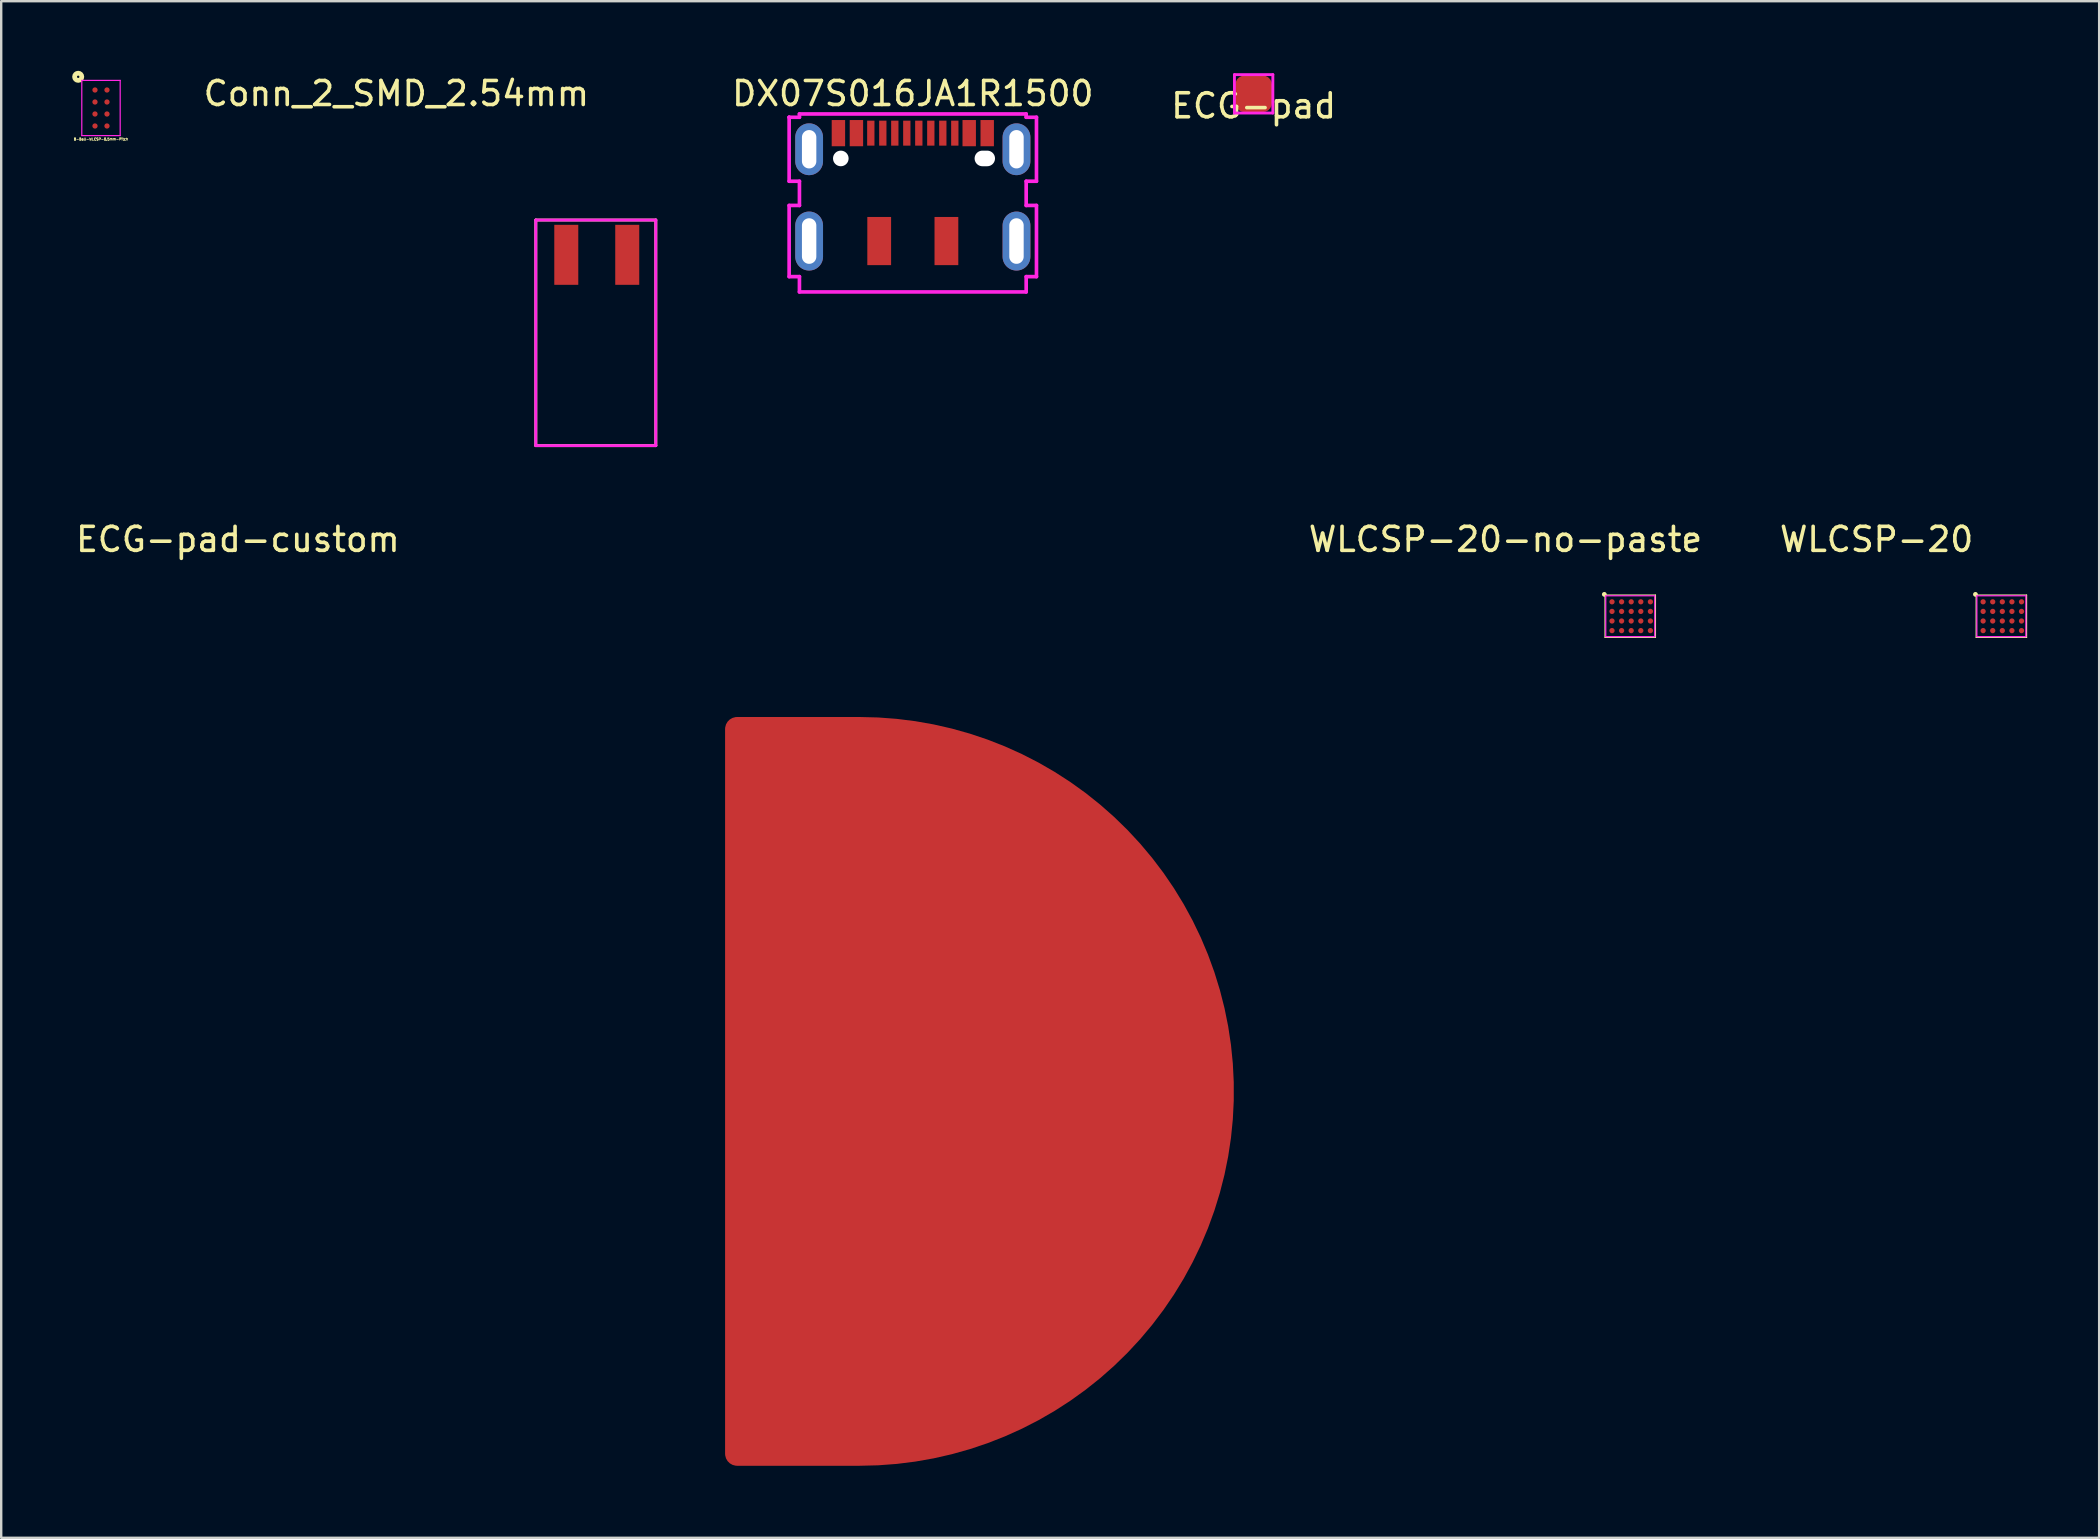
<source format=kicad_pcb>
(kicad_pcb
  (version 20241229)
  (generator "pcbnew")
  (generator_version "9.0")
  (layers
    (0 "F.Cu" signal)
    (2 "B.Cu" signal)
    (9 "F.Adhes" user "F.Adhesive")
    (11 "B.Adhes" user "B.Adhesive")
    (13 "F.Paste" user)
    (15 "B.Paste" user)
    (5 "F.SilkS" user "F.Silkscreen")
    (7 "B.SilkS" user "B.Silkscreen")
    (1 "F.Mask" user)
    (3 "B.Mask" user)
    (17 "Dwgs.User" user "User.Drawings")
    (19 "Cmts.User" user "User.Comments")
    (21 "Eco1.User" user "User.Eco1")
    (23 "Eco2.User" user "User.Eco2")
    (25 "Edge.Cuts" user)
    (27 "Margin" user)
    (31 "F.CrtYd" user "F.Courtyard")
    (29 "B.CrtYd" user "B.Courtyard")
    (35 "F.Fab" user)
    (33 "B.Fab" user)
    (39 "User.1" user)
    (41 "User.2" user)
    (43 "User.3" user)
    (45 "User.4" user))
  (footprint "8-Ball-WLCSP-0.5mm-Pitch"
    (layer "F.Cu")
    (at 1.158 1.45)
    (property "Reference" "8-Ball-WLCSP-0.5mm-Pitch" (at 0 1.3 0) (layer "F.SilkS") (effects (font (size 0.1 0.1) (thickness 0.025))))
    (attr smd)
    (fp_circle (center -0.95 -1.3) (end -0.9 -1.3) (stroke (width 0.2) (type solid)) (fill no) (layer "F.SilkS"))
    (fp_line (start -0.8 -1.15) (end 0.8 -1.15) (stroke (width 0.05) (type solid)) (layer "F.CrtYd"))
    (fp_line (start -0.8 1.15) (end -0.8 -1.15) (stroke (width 0.05) (type solid)) (layer "F.CrtYd"))
    (fp_line (start 0.8 -1.15) (end 0.8 1.15) (stroke (width 0.05) (type solid)) (layer "F.CrtYd"))
    (fp_line (start 0.8 1.15) (end -0.8 1.15) (stroke (width 0.05) (type solid)) (layer "F.CrtYd"))
    (pad "A1" smd circle (at -0.25 -0.75) (size 0.22 0.22) (layers "F.Cu" "F.Mask" "F.Paste"))
    (pad "A2" smd circle (at 0.25 -0.75) (size 0.22 0.22) (layers "F.Cu" "F.Mask" "F.Paste"))
    (pad "B1" smd circle (at -0.25 -0.25) (size 0.22 0.22) (layers "F.Cu" "F.Mask" "F.Paste"))
    (pad "B2" smd circle (at 0.25 -0.25) (size 0.22 0.22) (layers "F.Cu" "F.Mask" "F.Paste"))
    (pad "C1" smd circle (at -0.25 0.25) (size 0.22 0.22) (layers "F.Cu" "F.Mask" "F.Paste"))
    (pad "C2" smd circle (at 0.25 0.25) (size 0.22 0.22) (layers "F.Cu" "F.Mask" "F.Paste"))
    (pad "D1" smd circle (at -0.25 0.75) (size 0.22 0.22) (layers "F.Cu" "F.Mask" "F.Paste"))
    (pad "D2" smd circle (at 0.25 0.75) (size 0.22 0.22) (layers "F.Cu" "F.Mask" "F.Paste")))
  (footprint "WLCSP-20-no-paste"
    (layer "F.Cu")
    (at 64.119 22.026)
    (property "Reference" "WLCSP-20-no-paste" (at -4.44 -2.6 0) (layer "F.SilkS") (effects (font (size 1 1) (thickness 0.15))))
    (attr through_hole)
    (fp_line (start -0.29 1.48) (end -0.29 -0.28) (stroke (width 0.05) (type solid)) (layer "F.SilkS"))
    (fp_line (start 1.81 -0.28) (end -0.29 -0.28) (stroke (width 0.05) (type solid)) (layer "F.SilkS"))
    (fp_line (start 1.81 1.48) (end -0.29 1.48) (stroke (width 0.05) (type solid)) (layer "F.SilkS"))
    (fp_line (start 1.81 1.48) (end 1.81 -0.28) (stroke (width 0.05) (type solid)) (layer "F.SilkS"))
    (fp_circle (center -0.32 -0.31) (end -0.27 -0.31) (stroke (width 0.1) (type solid)) (fill no) (layer "F.SilkS"))
    (fp_line (start -0.26 -0.25) (end -0.26 1.45) (stroke (width 0.05) (type solid)) (layer "F.CrtYd"))
    (fp_line (start -0.26 1.45) (end 1.78 1.45) (stroke (width 0.05) (type solid)) (layer "F.CrtYd"))
    (fp_line (start 1.78 -0.25) (end -0.26 -0.25) (stroke (width 0.05) (type solid)) (layer "F.CrtYd"))
    (fp_line (start 1.78 1.45) (end 1.78 -0.25) (stroke (width 0.05) (type solid)) (layer "F.CrtYd"))
    (pad "A1" smd circle (at 0 0) (size 0.22 0.22) (layers "F.Cu" "F.Mask"))
    (pad "A2" smd circle (at 0.4 0) (size 0.22 0.22) (layers "F.Cu" "F.Mask"))
    (pad "A3" smd circle (at 0.8 0) (size 0.22 0.22) (layers "F.Cu" "F.Mask"))
    (pad "A4" smd circle (at 1.2 0) (size 0.22 0.22) (layers "F.Cu" "F.Mask"))
    (pad "A5" smd circle (at 1.6 0) (size 0.22 0.22) (layers "F.Cu" "F.Mask"))
    (pad "B1" smd circle (at 0 0.4) (size 0.22 0.22) (layers "F.Cu" "F.Mask"))
    (pad "B2" smd circle (at 0.4 0.4) (size 0.22 0.22) (layers "F.Cu" "F.Mask"))
    (pad "B3" smd circle (at 0.8 0.4) (size 0.22 0.22) (layers "F.Cu" "F.Mask"))
    (pad "B4" smd circle (at 1.2 0.4) (size 0.22 0.22) (layers "F.Cu" "F.Mask"))
    (pad "B5" smd circle (at 1.6 0.4) (size 0.22 0.22) (layers "F.Cu" "F.Mask"))
    (pad "C1" smd circle (at 0 0.8) (size 0.22 0.22) (layers "F.Cu" "F.Mask"))
    (pad "C2" smd circle (at 0.4 0.8) (size 0.22 0.22) (layers "F.Cu" "F.Mask"))
    (pad "C3" smd circle (at 0.8 0.8) (size 0.22 0.22) (layers "F.Cu" "F.Mask"))
    (pad "C4" smd circle (at 1.2 0.8) (size 0.22 0.22) (layers "F.Cu" "F.Mask"))
    (pad "C5" smd circle (at 1.6 0.8) (size 0.22 0.22) (layers "F.Cu" "F.Mask"))
    (pad "D1" smd circle (at 0 1.2) (size 0.22 0.22) (layers "F.Cu" "F.Mask"))
    (pad "D2" smd circle (at 0.4 1.2) (size 0.22 0.22) (layers "F.Cu" "F.Mask"))
    (pad "D3" smd circle (at 0.8 1.2) (size 0.22 0.22) (layers "F.Cu" "F.Mask"))
    (pad "D4" smd circle (at 1.2 1.2) (size 0.22 0.22) (layers "F.Cu" "F.Mask"))
    (pad "D5" smd circle (at 1.6 1.2) (size 0.22 0.22) (layers "F.Cu" "F.Mask")))
  (footprint "WLCSP-20"
    (layer "F.Cu")
    (at 79.583 22.026)
    (property "Reference" "WLCSP-20" (at -4.44 -2.6 0) (layer "F.SilkS") (effects (font (size 1 1) (thickness 0.15))))
    (attr through_hole)
    (fp_line (start -0.29 1.48) (end -0.29 -0.28) (stroke (width 0.05) (type solid)) (layer "F.SilkS"))
    (fp_line (start 1.81 -0.28) (end -0.29 -0.28) (stroke (width 0.05) (type solid)) (layer "F.SilkS"))
    (fp_line (start 1.81 1.48) (end -0.29 1.48) (stroke (width 0.05) (type solid)) (layer "F.SilkS"))
    (fp_line (start 1.81 1.48) (end 1.81 -0.28) (stroke (width 0.05) (type solid)) (layer "F.SilkS"))
    (fp_circle (center -0.32 -0.31) (end -0.27 -0.31) (stroke (width 0.1) (type solid)) (fill no) (layer "F.SilkS"))
    (fp_line (start -0.26 -0.25) (end -0.26 1.45) (stroke (width 0.05) (type solid)) (layer "F.CrtYd"))
    (fp_line (start -0.26 1.45) (end 1.78 1.45) (stroke (width 0.05) (type solid)) (layer "F.CrtYd"))
    (fp_line (start 1.78 -0.25) (end -0.26 -0.25) (stroke (width 0.05) (type solid)) (layer "F.CrtYd"))
    (fp_line (start 1.78 1.45) (end 1.78 -0.25) (stroke (width 0.05) (type solid)) (layer "F.CrtYd"))
    (pad "A1" smd circle (at 0 0) (size 0.22 0.22) (layers "F.Cu" "F.Mask" "F.Paste"))
    (pad "A2" smd circle (at 0.4 0) (size 0.22 0.22) (layers "F.Cu" "F.Mask" "F.Paste"))
    (pad "A3" smd circle (at 0.8 0) (size 0.22 0.22) (layers "F.Cu" "F.Mask" "F.Paste"))
    (pad "A4" smd circle (at 1.2 0) (size 0.22 0.22) (layers "F.Cu" "F.Mask" "F.Paste"))
    (pad "A5" smd circle (at 1.6 0) (size 0.22 0.22) (layers "F.Cu" "F.Mask" "F.Paste"))
    (pad "B1" smd circle (at 0 0.4) (size 0.22 0.22) (layers "F.Cu" "F.Mask" "F.Paste"))
    (pad "B2" smd circle (at 0.4 0.4) (size 0.22 0.22) (layers "F.Cu" "F.Mask" "F.Paste"))
    (pad "B3" smd circle (at 0.8 0.4) (size 0.22 0.22) (layers "F.Cu" "F.Mask" "F.Paste"))
    (pad "B4" smd circle (at 1.2 0.4) (size 0.22 0.22) (layers "F.Cu" "F.Mask" "F.Paste"))
    (pad "B5" smd circle (at 1.6 0.4) (size 0.22 0.22) (layers "F.Cu" "F.Mask" "F.Paste"))
    (pad "C1" smd circle (at 0 0.8) (size 0.22 0.22) (layers "F.Cu" "F.Mask" "F.Paste"))
    (pad "C2" smd circle (at 0.4 0.8) (size 0.22 0.22) (layers "F.Cu" "F.Mask" "F.Paste"))
    (pad "C3" smd circle (at 0.8 0.8) (size 0.22 0.22) (layers "F.Cu" "F.Mask" "F.Paste"))
    (pad "C4" smd circle (at 1.2 0.8) (size 0.22 0.22) (layers "F.Cu" "F.Mask" "F.Paste"))
    (pad "C5" smd circle (at 1.6 0.8) (size 0.22 0.22) (layers "F.Cu" "F.Mask" "F.Paste"))
    (pad "D1" smd circle (at 0 1.2) (size 0.22 0.22) (layers "F.Cu" "F.Mask" "F.Paste"))
    (pad "D2" smd circle (at 0.4 1.2) (size 0.22 0.22) (layers "F.Cu" "F.Mask" "F.Paste"))
    (pad "D3" smd circle (at 0.8 1.2) (size 0.22 0.22) (layers "F.Cu" "F.Mask" "F.Paste"))
    (pad "D4" smd circle (at 1.2 1.2) (size 0.22 0.22) (layers "F.Cu" "F.Mask" "F.Paste"))
    (pad "D5" smd circle (at 1.6 1.2) (size 0.22 0.22) (layers "F.Cu" "F.Mask" "F.Paste")))
  (footprint "ECG-pad"
    (layer "F.Cu")
    (at 49.187 0.86)
    (property "Reference" "ECG-pad" (at 0 0.5 0) (layer "F.SilkS") (effects (font (size 1 1) (thickness 0.15))))
    (attr through_hole)
    (fp_line (start -0.8 -0.8) (end -0.8 0.8) (stroke (width 0.12) (type solid)) (layer "F.CrtYd"))
    (fp_line (start -0.8 0.8) (end 0.8 0.8) (stroke (width 0.12) (type solid)) (layer "F.CrtYd"))
    (fp_line (start 0.8 -0.8) (end -0.8 -0.8) (stroke (width 0.12) (type solid)) (layer "F.CrtYd"))
    (fp_line (start 0.8 0.8) (end 0.8 -0.8) (stroke (width 0.12) (type solid)) (layer "F.CrtYd"))
    (pad "1" smd roundrect (at 0 0) (size 1.524 1.524) (layers "F.Cu" "F.Mask") (roundrect_rratio 0.25)))
  (footprint "Conn_2_SMD_2.54mm"
    (layer "F.Cu")
    (at 20.546 7.568)
    (property "Reference" "Conn_2_SMD_2.54mm" (at -7.08 -6.72 0) (layer "F.SilkS") (effects (font (size 1 1) (thickness 0.15))))
    (attr through_hole)
    (fp_line (start -1.27 -1.45) (end -1.27 7.95) (stroke (width 0.12) (type solid)) (layer "F.SilkS"))
    (fp_line (start -1.27 -1.45) (end 3.73 -1.45) (stroke (width 0.12) (type solid)) (layer "F.SilkS"))
    (fp_line (start -1.27 7.95) (end 3.73 7.95) (stroke (width 0.12) (type solid)) (layer "F.SilkS"))
    (fp_line (start 3.73 7.95) (end 3.73 -1.45) (stroke (width 0.12) (type solid)) (layer "F.SilkS"))
    (fp_line (start -1.27 -1.45) (end -1.27 7.95) (stroke (width 0.12) (type solid)) (layer "F.CrtYd"))
    (fp_line (start -1.27 -1.45) (end 3.73 -1.45) (stroke (width 0.12) (type solid)) (layer "F.CrtYd"))
    (fp_line (start -1.27 7.95) (end 3.73 7.95) (stroke (width 0.12) (type solid)) (layer "F.CrtYd"))
    (fp_line (start 3.73 7.95) (end 3.73 -1.45) (stroke (width 0.12) (type solid)) (layer "F.CrtYd"))
    (pad "1" smd rect (at 0 0) (size 1 2.5) (layers "F.Cu" "F.Mask" "F.Paste"))
    (pad "2" smd rect (at 2.54 0) (size 1 2.5) (layers "F.Cu" "F.Mask" "F.Paste")))
  (footprint "DX07S016JA1R1500"
    (layer "F.Cu")
    (at 31.885 2.498)
    (property "Reference" "DX07S016JA1R1500" (at 3.1 -1.65 0) (layer "F.SilkS") (effects (font (size 1 1) (thickness 0.15))))
    (attr smd)
    (fp_line (start -2.053 -0.662) (end -2.053 -0.662) (stroke (width 0.152) (type solid)) (layer "F.CrtYd"))
    (fp_line (start -2.053 -0.662) (end -2.053 2.004) (stroke (width 0.152) (type solid)) (layer "F.CrtYd"))
    (fp_line (start -2.053 2.004) (end -1.624 2.004) (stroke (width 0.152) (type solid)) (layer "F.CrtYd"))
    (fp_line (start -2.053 3.013) (end -2.053 5.979) (stroke (width 0.152) (type solid)) (layer "F.CrtYd"))
    (fp_line (start -2.053 5.979) (end -1.624 5.979) (stroke (width 0.152) (type solid)) (layer "F.CrtYd"))
    (fp_line (start -1.624 -0.8) (end -1.624 -0.662) (stroke (width 0.152) (type solid)) (layer "F.CrtYd"))
    (fp_line (start -1.624 -0.662) (end -2.053 -0.662) (stroke (width 0.152) (type solid)) (layer "F.CrtYd"))
    (fp_line (start -1.624 2.004) (end -1.624 3.013) (stroke (width 0.152) (type solid)) (layer "F.CrtYd"))
    (fp_line (start -1.624 3.013) (end -2.053 3.013) (stroke (width 0.152) (type solid)) (layer "F.CrtYd"))
    (fp_line (start -1.624 5.979) (end -1.624 6.616) (stroke (width 0.152) (type solid)) (layer "F.CrtYd"))
    (fp_line (start -1.624 6.616) (end 7.824 6.616) (stroke (width 0.152) (type solid)) (layer "F.CrtYd"))
    (fp_line (start 7.824 -0.8) (end -1.624 -0.8) (stroke (width 0.152) (type solid)) (layer "F.CrtYd"))
    (fp_line (start 7.824 -0.662) (end 7.824 -0.8) (stroke (width 0.152) (type solid)) (layer "F.CrtYd"))
    (fp_line (start 7.824 2.004) (end 8.253 2.004) (stroke (width 0.152) (type solid)) (layer "F.CrtYd"))
    (fp_line (start 7.824 3.013) (end 7.824 2.004) (stroke (width 0.152) (type solid)) (layer "F.CrtYd"))
    (fp_line (start 7.824 5.979) (end 8.253 5.979) (stroke (width 0.152) (type solid)) (layer "F.CrtYd"))
    (fp_line (start 7.824 6.616) (end 7.824 5.979) (stroke (width 0.152) (type solid)) (layer "F.CrtYd"))
    (fp_line (start 8.253 -0.662) (end 7.824 -0.662) (stroke (width 0.152) (type solid)) (layer "F.CrtYd"))
    (fp_line (start 8.253 2.004) (end 8.253 -0.662) (stroke (width 0.152) (type solid)) (layer "F.CrtYd"))
    (fp_line (start 8.253 3.013) (end 7.824 3.013) (stroke (width 0.152) (type solid)) (layer "F.CrtYd"))
    (fp_line (start 8.253 5.979) (end 8.253 3.013) (stroke (width 0.152) (type solid)) (layer "F.CrtYd"))
    (pad "" thru_hole oval (at -1.22 0.671 90) (size 2.158 1.158) (drill oval 1.6 0.6) (layers "*.Cu" "*.Mask"))
    (pad "" thru_hole oval (at -1.22 4.496 90) (size 2.458 1.158) (drill oval 1.9 0.6) (layers "*.Cu" "*.Mask"))
    (pad "" np_thru_hole circle (at 0.1 1.054) (size 0.65 0.65) (drill 0.65) (layers "*.Cu" "*.Mask"))
    (pad "" smd rect (at 1.7 4.496 90) (size 2.007 0.991) (layers "F.Cu" "F.Mask" "F.Paste"))
    (pad "" smd rect (at 4.5 4.496 90) (size 2.007 0.991) (layers "F.Cu" "F.Mask" "F.Paste"))
    (pad "" np_thru_hole oval (at 6.1 1.054) (size 0.85 0.65) (drill oval 0.85 0.65) (layers "*.Cu" "*.Mask"))
    (pad "" thru_hole oval (at 7.42 0.671 90) (size 2.158 1.158) (drill oval 1.6 0.6) (layers "*.Cu" "*.Mask"))
    (pad "" thru_hole oval (at 7.42 4.496 90) (size 2.458 1.158) (drill oval 1.9 0.6) (layers "*.Cu" "*.Mask"))
    (pad "A1/B12" smd rect (at 0 0) (size 0.559 1.092) (layers "F.Cu" "F.Mask" "F.Paste"))
    (pad "A4/B9" smd rect (at 0.75 0) (size 0.559 1.092) (layers "F.Cu" "F.Mask" "F.Paste"))
    (pad "A5" smd rect (at 1.35 0) (size 0.305 1.041) (layers "F.Cu" "F.Mask" "F.Paste"))
    (pad "A6" smd rect (at 2.85 0) (size 0.305 1.041) (layers "F.Cu" "F.Mask" "F.Paste"))
    (pad "A7" smd rect (at 3.85 0) (size 0.305 1.041) (layers "F.Cu" "F.Mask" "F.Paste"))
    (pad "A8" smd rect (at 4.85 0) (size 0.305 1.041) (layers "F.Cu" "F.Mask" "F.Paste"))
    (pad "A9/B4" smd rect (at 5.45 0) (size 0.559 1.092) (layers "F.Cu" "F.Mask" "F.Paste"))
    (pad "A12/B1" smd rect (at 6.2 0) (size 0.559 1.092) (layers "F.Cu" "F.Mask" "F.Paste"))
    (pad "B5" smd rect (at 4.35 0) (size 0.305 1.041) (layers "F.Cu" "F.Mask" "F.Paste"))
    (pad "B6" smd rect (at 3.35 0) (size 0.305 1.041) (layers "F.Cu" "F.Mask" "F.Paste"))
    (pad "B7" smd rect (at 2.35 0) (size 0.305 1.041) (layers "F.Cu" "F.Mask" "F.Paste"))
    (pad "B8" smd rect (at 1.85 0) (size 0.305 1.041) (layers "F.Cu" "F.Mask" "F.Paste")))
  (footprint "ECG-pad-custom"
    (layer "F.Cu")
    (at 32.763 42.426)
    (property "Reference" "ECG-pad-custom" (at -25.9 -23 0) (layer "F.SilkS") (effects (font (size 1 1) (thickness 0.15))))
    (attr through_hole)
    (pad "1" smd custom (at 0 0) (size 1.524 1.524) (layers "F.Cu" "F.Mask") (options (anchor circle)) (primitives (gr_line (start -5.1 0) (end -5.1 15.1) (width 1)) (gr_line (start -5.1 15.1) (end 0 15.1) (width 1)) (gr_line (start -5.1 -15.1) (end -5.1 0) (width 1)) (gr_arc (start 0 -15.1) (mid 15.1 0) (end 0 15.1) (width 1)) (gr_line (start -5.1 -15.1) (end 0 -15.1) (width 1)) (gr_poly (pts (xy -5.1 -15) (xy 1.008 -15.1) (xy 7.1 -13.1) (xy 11.6 -9.7) (xy 14.2 -5.5) (xy 15.05 -0.1) (xy 13.5 7) (xy 8.5 12.5) (xy 2 15.1) (xy -5.05 14.9)) (width 0) (fill yes)))))
  (gr_rect
    (start -3 -3)
    (end 84.418 61.027)
    (stroke (width 0.1) (type default))
    (fill no)
    (layer "Edge.Cuts")))
</source>
